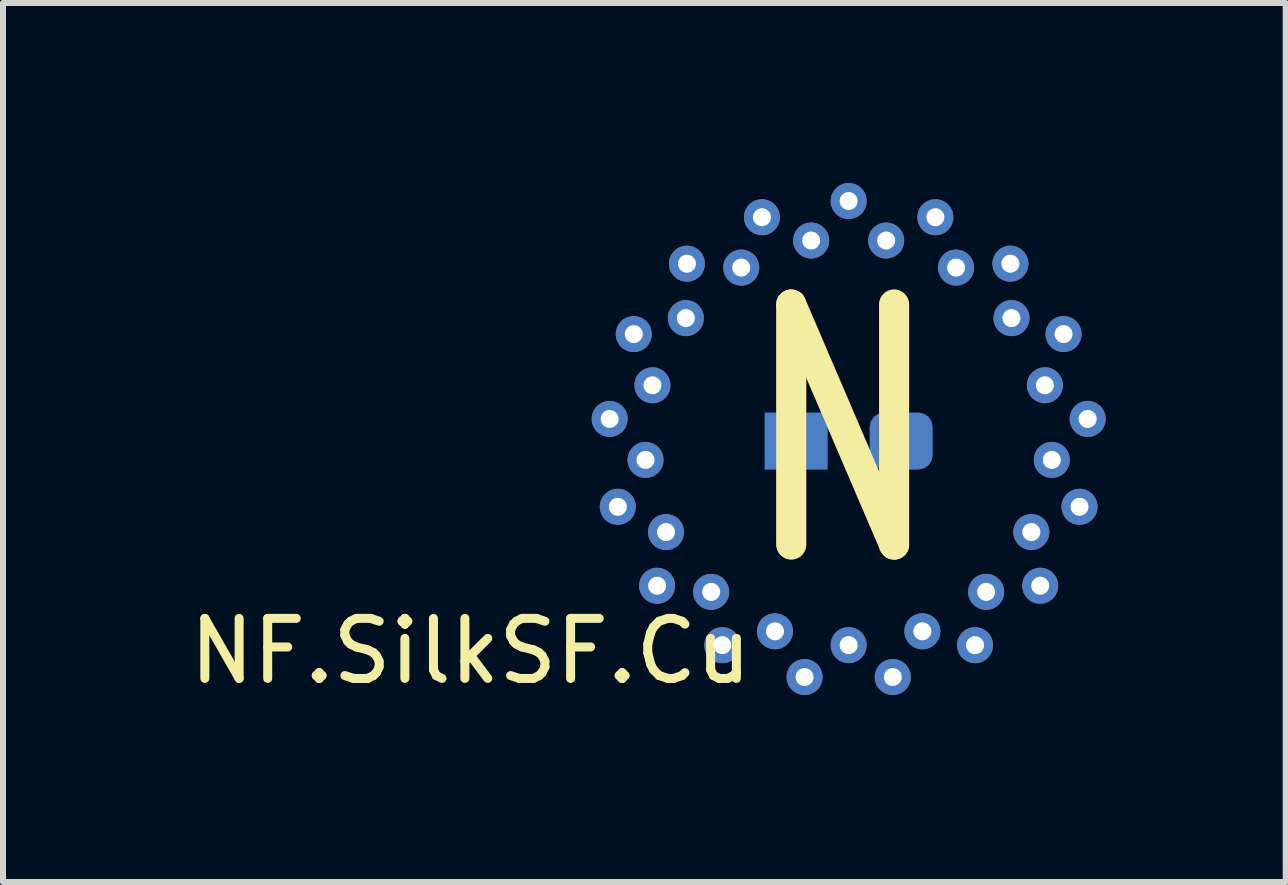
<source format=kicad_pcb>
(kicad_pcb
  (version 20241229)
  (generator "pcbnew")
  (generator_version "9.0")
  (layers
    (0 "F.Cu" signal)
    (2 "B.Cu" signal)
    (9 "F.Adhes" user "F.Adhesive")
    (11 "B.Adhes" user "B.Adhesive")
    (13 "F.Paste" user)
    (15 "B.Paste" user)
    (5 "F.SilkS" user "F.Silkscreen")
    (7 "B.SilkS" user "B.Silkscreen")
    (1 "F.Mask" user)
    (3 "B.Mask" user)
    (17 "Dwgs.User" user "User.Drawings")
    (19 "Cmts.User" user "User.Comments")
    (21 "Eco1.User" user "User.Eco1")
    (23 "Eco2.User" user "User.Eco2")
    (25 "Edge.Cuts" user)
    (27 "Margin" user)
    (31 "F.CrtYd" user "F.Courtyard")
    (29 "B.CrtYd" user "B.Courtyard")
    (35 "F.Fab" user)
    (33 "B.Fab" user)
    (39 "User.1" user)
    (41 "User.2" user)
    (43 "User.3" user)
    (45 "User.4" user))
  (footprint "NF.SilkSF.Cu"
    (layer "F.Cu")
    (at 11.092 4.3)
    (property "Reference" "NF.SilkSF.Cu" (at -6.3 3.5 0) (layer "F.SilkS") (effects (font (size 1 1) (thickness 0.15))))
    (attr through_hole)
    (fp_poly (pts (xy 0 3.4) (xy 1.228 3.17) (xy 2.291 2.513) (xy 3.044 1.516) (xy 3.385 0.314) (xy 3.27 -0.93) (xy 2.713 -2.049) (xy 1.79 -2.891) (xy 0.625 -3.342) (xy -0.625 -3.342) (xy -1.79 -2.891) (xy -2.713 -2.049) (xy -3.27 -0.93) (xy -3.385 0.314) (xy -3.044 1.516) (xy -2.291 2.513) (xy -1.228 3.17)) (stroke (width 0.1) (type solid)) (fill yes) (layer "F.Mask"))
    (fp_poly (pts (xy 0 3.4) (xy 1.228 3.17) (xy 2.291 2.513) (xy 3.044 1.516) (xy 3.385 0.314) (xy 3.27 -0.93) (xy 2.713 -2.049) (xy 1.79 -2.891) (xy 0.625 -3.342) (xy -0.625 -3.342) (xy -1.79 -2.891) (xy -2.713 -2.049) (xy -3.27 -0.93) (xy -3.385 0.314) (xy -3.044 1.516) (xy -2.291 2.513) (xy -1.228 3.17)) (stroke (width 0.1) (type solid)) (fill yes) (layer "B.Mask"))
    (fp_text user "N" (at -0.1 -0.1 0) (layer "F.Cu") (effects (font (size 4 3) (thickness 0.5))))
    (fp_text user "N" (at -0.1 -0.1 0) (layer "F.SilkS") (effects (font (size 4 3) (thickness 0.5))))
    (pad "1" thru_hole circle (at -3.385 0.314) (size 0.6 0.6) (drill 0.3) (layers "*.Cu"))
    (pad "1" thru_hole circle (at -3.27 -0.93) (size 0.6 0.6) (drill 0.3) (layers "*.Cu"))
    (pad "1" thru_hole circle (at -3.044 1.516) (size 0.6 0.6) (drill 0.3) (layers "*.Cu"))
    (pad "1" thru_hole circle (at -2.713 -2.049) (size 0.6 0.6) (drill 0.3) (layers "*.Cu"))
    (pad "1" thru_hole circle (at -2.291 2.513) (size 0.6 0.6) (drill 0.3) (layers "*.Cu"))
    (pad "1" thru_hole circle (at -1.79 -2.891) (size 0.6 0.6) (drill 0.3) (layers "*.Cu"))
    (pad "1" thru_hole circle (at -1.228 3.17) (size 0.6 0.6) (drill 0.3) (layers "*.Cu"))
    (pad "1" smd rect (at -0.875 0) (size 1.05 0.95) (layers "B.Cu" "B.Mask" "B.Paste"))
    (pad "1" thru_hole circle (at -0.625 -3.342) (size 0.6 0.6) (drill 0.3) (layers "*.Cu"))
    (pad "1" thru_hole circle (at 0 3.4) (size 0.6 0.6) (drill 0.3) (layers "*.Cu"))
    (pad "1" thru_hole circle (at 0.625 -3.342) (size 0.6 0.6) (drill 0.3) (layers "*.Cu"))
    (pad "1" thru_hole circle (at 1.228 3.17) (size 0.6 0.6) (drill 0.3) (layers "*.Cu"))
    (pad "1" thru_hole circle (at 1.79 -2.891) (size 0.6 0.6) (drill 0.3) (layers "*.Cu"))
    (pad "1" thru_hole circle (at 2.291 2.513) (size 0.6 0.6) (drill 0.3) (layers "*.Cu"))
    (pad "1" thru_hole circle (at 2.713 -2.049) (size 0.6 0.6) (drill 0.3) (layers "*.Cu"))
    (pad "1" thru_hole circle (at 3.044 1.516) (size 0.6 0.6) (drill 0.3) (layers "*.Cu"))
    (pad "1" thru_hole circle (at 3.27 -0.93) (size 0.6 0.6) (drill 0.3) (layers "*.Cu"))
    (pad "1" thru_hole circle (at 3.385 0.314) (size 0.6 0.6) (drill 0.3) (layers "*.Cu"))
    (pad "2" thru_hole circle (at -3.983 -0.369) (size 0.6 0.6) (drill 0.3) (layers "*.Cu"))
    (pad "2" thru_hole circle (at -3.847 1.095) (size 0.6 0.6) (drill 0.3) (layers "*.Cu"))
    (pad "2" thru_hole circle (at -3.581 -1.783) (size 0.6 0.6) (drill 0.3) (layers "*.Cu"))
    (pad "2" thru_hole circle (at -3.192 2.411) (size 0.6 0.6) (drill 0.3) (layers "*.Cu"))
    (pad "2" thru_hole circle (at -2.695 -2.956) (size 0.6 0.6) (drill 0.3) (layers "*.Cu"))
    (pad "2" thru_hole circle (at -2.106 3.401) (size 0.6 0.6) (drill 0.3) (layers "*.Cu"))
    (pad "2" thru_hole circle (at -1.445 -3.73) (size 0.6 0.6) (drill 0.3) (layers "*.Cu"))
    (pad "2" thru_hole circle (at -0.735 3.932) (size 0.6 0.6) (drill 0.3) (layers "*.Cu"))
    (pad "2" thru_hole circle (at 0 -4) (size 0.6 0.6) (drill 0.3) (layers "*.Cu"))
    (pad "2" thru_hole circle (at 0.735 3.932) (size 0.6 0.6) (drill 0.3) (layers "*.Cu"))
    (pad "2" smd roundrect (at 0.875 0) (size 1.05 0.95) (layers "B.Cu" "B.Mask" "B.Paste") (roundrect_rratio 0.25))
    (pad "2" thru_hole circle (at 1.445 -3.73) (size 0.6 0.6) (drill 0.3) (layers "*.Cu"))
    (pad "2" thru_hole circle (at 2.106 3.401) (size 0.6 0.6) (drill 0.3) (layers "*.Cu"))
    (pad "2" thru_hole circle (at 2.695 -2.956) (size 0.6 0.6) (drill 0.3) (layers "*.Cu"))
    (pad "2" thru_hole circle (at 3.192 2.411) (size 0.6 0.6) (drill 0.3) (layers "*.Cu"))
    (pad "2" thru_hole circle (at 3.581 -1.783) (size 0.6 0.6) (drill 0.3) (layers "*.Cu"))
    (pad "2" thru_hole circle (at 3.847 1.095) (size 0.6 0.6) (drill 0.3) (layers "*.Cu"))
    (pad "2" thru_hole circle (at 3.983 -0.369) (size 0.6 0.6) (drill 0.3) (layers "*.Cu")))
  (gr_rect
    (start -3 -3)
    (end 18.375 11.648)
    (stroke (width 0.1) (type default))
    (fill no)
    (layer "Edge.Cuts")))
</source>
